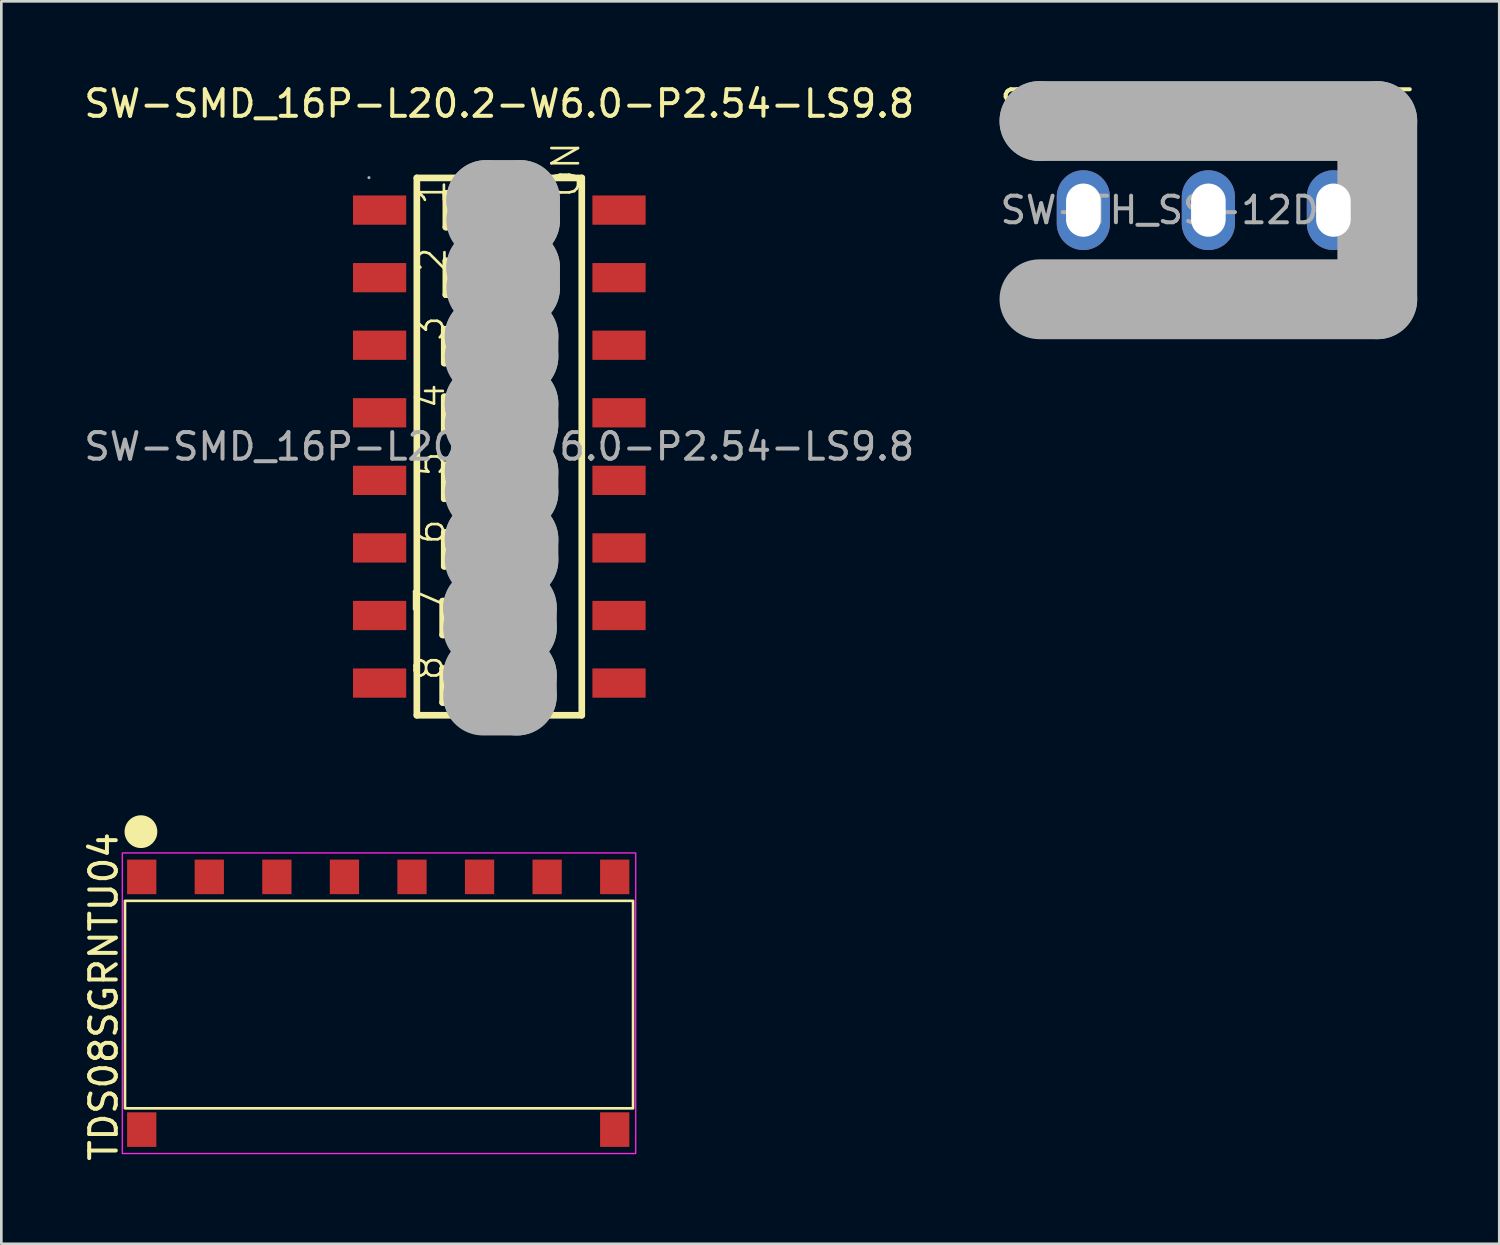
<source format=kicad_pcb>
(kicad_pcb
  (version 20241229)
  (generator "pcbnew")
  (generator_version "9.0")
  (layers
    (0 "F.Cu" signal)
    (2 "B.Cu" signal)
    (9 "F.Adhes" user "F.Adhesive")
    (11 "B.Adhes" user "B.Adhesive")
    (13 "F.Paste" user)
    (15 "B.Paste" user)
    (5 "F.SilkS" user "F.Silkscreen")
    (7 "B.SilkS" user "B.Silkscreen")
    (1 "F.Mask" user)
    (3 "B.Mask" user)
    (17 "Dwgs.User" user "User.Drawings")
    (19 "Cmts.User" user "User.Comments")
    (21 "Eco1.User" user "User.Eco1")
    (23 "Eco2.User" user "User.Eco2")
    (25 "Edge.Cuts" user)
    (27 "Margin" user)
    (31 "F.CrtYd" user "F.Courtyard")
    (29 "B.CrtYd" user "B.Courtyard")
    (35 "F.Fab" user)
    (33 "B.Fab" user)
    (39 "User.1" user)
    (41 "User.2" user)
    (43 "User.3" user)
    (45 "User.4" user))
  (footprint "SW-TH_SS-12D10L5"
    (layer "F.Cu")
    (at 42.375 4.85)
    (property "Reference" "SW-TH_SS-12D10L5" (at 0 -4 0) (layer "F.SilkS") (effects (font (size 1 1) (thickness 0.15))))
    (attr through_hole)
    (fp_line (start -6.35 -3.35) (end -6.35 -3.35) (stroke (width 3) (type solid)) (layer "F.Fab"))
    (fp_line (start -6.35 -3.35) (end 6.35 -3.35) (stroke (width 3) (type solid)) (layer "F.Fab"))
    (fp_line (start 6.35 -3.35) (end 6.35 3.35) (stroke (width 3) (type solid)) (layer "F.Fab"))
    (fp_line (start 6.35 3.35) (end -6.35 3.35) (stroke (width 3) (type solid)) (layer "F.Fab"))
    (fp_circle (center -6.48 3.48) (end -6.45 3.48) (stroke (width 0.06) (type solid)) (fill no) (layer "F.Fab"))
    (fp_text user "${REFERENCE}" (at 0 0 0) (layer "F.Fab") (effects (font (size 1 1) (thickness 0.15))))
    (pad "1" thru_hole oval (at -4.7 0) (size 2 3) (drill oval 1.3 2) (layers "*.Cu" "*.Mask"))
    (pad "2" thru_hole oval (at 0 0) (size 2 3) (drill oval 1.3 2) (layers "*.Cu" "*.Mask"))
    (pad "3" thru_hole oval (at 4.7 0) (size 2 3) (drill oval 1.3 2) (layers "*.Cu" "*.Mask")))
  (footprint "SW-SMD_16P-L20.2-W6.0-P2.54-LS9.8"
    (layer "F.Cu")
    (at 15.72 13.738)
    (property "Reference" "SW-SMD_16P-L20.2-W6.0-P2.54-LS9.8" (at 0 -12.89 0) (layer "F.SilkS") (effects (font (size 1 1) (thickness 0.15))))
    (attr smd)
    (fp_line (start -3.1 -10.1) (end 3.1 -10.1) (stroke (width 0.25) (type solid)) (layer "F.SilkS"))
    (fp_line (start -3.1 10.1) (end -3.1 -10.1) (stroke (width 0.25) (type solid)) (layer "F.SilkS"))
    (fp_line (start -2.13 5.81) (end 1.93 5.81) (stroke (width 0.25) (type solid)) (layer "F.SilkS"))
    (fp_line (start -2.13 7.08) (end -2.13 5.81) (stroke (width 0.25) (type solid)) (layer "F.SilkS"))
    (fp_line (start -2.13 8.35) (end 1.93 8.35) (stroke (width 0.25) (type solid)) (layer "F.SilkS"))
    (fp_line (start -2.13 9.62) (end -2.13 8.35) (stroke (width 0.25) (type solid)) (layer "F.SilkS"))
    (fp_line (start -2.07 -4.41) (end 1.99 -4.41) (stroke (width 0.25) (type solid)) (layer "F.SilkS"))
    (fp_line (start -2.07 -3.14) (end -2.07 -4.41) (stroke (width 0.25) (type solid)) (layer "F.SilkS"))
    (fp_line (start -2.07 -1.87) (end 1.99 -1.87) (stroke (width 0.25) (type solid)) (layer "F.SilkS"))
    (fp_line (start -2.07 -0.6) (end -2.07 -1.87) (stroke (width 0.25) (type solid)) (layer "F.SilkS"))
    (fp_line (start -2.07 0.69) (end 1.99 0.69) (stroke (width 0.25) (type solid)) (layer "F.SilkS"))
    (fp_line (start -2.07 1.96) (end -2.07 0.69) (stroke (width 0.25) (type solid)) (layer "F.SilkS"))
    (fp_line (start -2.07 3.23) (end 1.99 3.23) (stroke (width 0.25) (type solid)) (layer "F.SilkS"))
    (fp_line (start -2.07 4.5) (end -2.07 3.23) (stroke (width 0.25) (type solid)) (layer "F.SilkS"))
    (fp_line (start -2.01 -9.52) (end 2.05 -9.52) (stroke (width 0.25) (type solid)) (layer "F.SilkS"))
    (fp_line (start -2.01 -8.25) (end -2.01 -9.52) (stroke (width 0.25) (type solid)) (layer "F.SilkS"))
    (fp_line (start -2.01 -6.98) (end 2.05 -6.98) (stroke (width 0.25) (type solid)) (layer "F.SilkS"))
    (fp_line (start -2.01 -5.71) (end -2.01 -6.98) (stroke (width 0.25) (type solid)) (layer "F.SilkS"))
    (fp_line (start -1.69 5.81) (end -1.69 7.08) (stroke (width 0.25) (type solid)) (layer "F.SilkS"))
    (fp_line (start -1.69 8.35) (end -1.69 9.62) (stroke (width 0.25) (type solid)) (layer "F.SilkS"))
    (fp_line (start -1.63 -4.41) (end -1.63 -3.14) (stroke (width 0.25) (type solid)) (layer "F.SilkS"))
    (fp_line (start -1.63 -1.87) (end -1.63 -0.6) (stroke (width 0.25) (type solid)) (layer "F.SilkS"))
    (fp_line (start -1.63 0.69) (end -1.63 1.96) (stroke (width 0.25) (type solid)) (layer "F.SilkS"))
    (fp_line (start -1.63 3.23) (end -1.63 4.5) (stroke (width 0.25) (type solid)) (layer "F.SilkS"))
    (fp_line (start -1.57 -9.52) (end -1.57 -8.25) (stroke (width 0.25) (type solid)) (layer "F.SilkS"))
    (fp_line (start -1.57 -6.98) (end -1.57 -5.71) (stroke (width 0.25) (type solid)) (layer "F.SilkS"))
    (fp_line (start -1.31 5.81) (end -1.31 7.08) (stroke (width 0.25) (type solid)) (layer "F.SilkS"))
    (fp_line (start -1.31 8.35) (end -1.31 9.62) (stroke (width 0.25) (type solid)) (layer "F.SilkS"))
    (fp_line (start -1.25 -4.41) (end -1.25 -3.14) (stroke (width 0.25) (type solid)) (layer "F.SilkS"))
    (fp_line (start -1.25 -1.87) (end -1.25 -0.6) (stroke (width 0.25) (type solid)) (layer "F.SilkS"))
    (fp_line (start -1.25 0.69) (end -1.25 1.96) (stroke (width 0.25) (type solid)) (layer "F.SilkS"))
    (fp_line (start -1.25 3.23) (end -1.25 4.5) (stroke (width 0.25) (type solid)) (layer "F.SilkS"))
    (fp_line (start -1.19 -9.52) (end -1.19 -8.25) (stroke (width 0.25) (type solid)) (layer "F.SilkS"))
    (fp_line (start -1.19 -6.98) (end -1.19 -5.71) (stroke (width 0.25) (type solid)) (layer "F.SilkS"))
    (fp_line (start 1.17 5.81) (end 1.17 7.08) (stroke (width 0.25) (type solid)) (layer "F.SilkS"))
    (fp_line (start 1.17 8.35) (end 1.17 9.62) (stroke (width 0.25) (type solid)) (layer "F.SilkS"))
    (fp_line (start 1.23 -4.41) (end 1.23 -3.14) (stroke (width 0.25) (type solid)) (layer "F.SilkS"))
    (fp_line (start 1.23 -1.87) (end 1.23 -0.6) (stroke (width 0.25) (type solid)) (layer "F.SilkS"))
    (fp_line (start 1.23 0.69) (end 1.23 1.96) (stroke (width 0.25) (type solid)) (layer "F.SilkS"))
    (fp_line (start 1.23 3.23) (end 1.23 4.5) (stroke (width 0.25) (type solid)) (layer "F.SilkS"))
    (fp_line (start 1.29 -9.52) (end 1.29 -8.25) (stroke (width 0.25) (type solid)) (layer "F.SilkS"))
    (fp_line (start 1.29 -6.98) (end 1.29 -5.71) (stroke (width 0.25) (type solid)) (layer "F.SilkS"))
    (fp_line (start 1.55 5.81) (end 1.55 7.08) (stroke (width 0.25) (type solid)) (layer "F.SilkS"))
    (fp_line (start 1.55 8.35) (end 1.55 9.62) (stroke (width 0.25) (type solid)) (layer "F.SilkS"))
    (fp_line (start 1.61 -4.41) (end 1.61 -3.14) (stroke (width 0.25) (type solid)) (layer "F.SilkS"))
    (fp_line (start 1.61 -1.87) (end 1.61 -0.6) (stroke (width 0.25) (type solid)) (layer "F.SilkS"))
    (fp_line (start 1.61 0.69) (end 1.61 1.96) (stroke (width 0.25) (type solid)) (layer "F.SilkS"))
    (fp_line (start 1.61 3.23) (end 1.61 4.5) (stroke (width 0.25) (type solid)) (layer "F.SilkS"))
    (fp_line (start 1.67 -9.52) (end 1.67 -8.25) (stroke (width 0.25) (type solid)) (layer "F.SilkS"))
    (fp_line (start 1.67 -6.98) (end 1.67 -5.71) (stroke (width 0.25) (type solid)) (layer "F.SilkS"))
    (fp_line (start 1.93 5.81) (end 1.93 7.08) (stroke (width 0.25) (type solid)) (layer "F.SilkS"))
    (fp_line (start 1.93 7.08) (end -2.13 7.08) (stroke (width 0.25) (type solid)) (layer "F.SilkS"))
    (fp_line (start 1.93 8.35) (end 1.93 9.62) (stroke (width 0.25) (type solid)) (layer "F.SilkS"))
    (fp_line (start 1.93 9.62) (end -2.13 9.62) (stroke (width 0.25) (type solid)) (layer "F.SilkS"))
    (fp_line (start 1.99 -4.41) (end 1.99 -3.14) (stroke (width 0.25) (type solid)) (layer "F.SilkS"))
    (fp_line (start 1.99 -3.14) (end -2.07 -3.14) (stroke (width 0.25) (type solid)) (layer "F.SilkS"))
    (fp_line (start 1.99 -1.87) (end 1.99 -0.6) (stroke (width 0.25) (type solid)) (layer "F.SilkS"))
    (fp_line (start 1.99 -0.6) (end -2.07 -0.6) (stroke (width 0.25) (type solid)) (layer "F.SilkS"))
    (fp_line (start 1.99 0.69) (end 1.99 1.96) (stroke (width 0.25) (type solid)) (layer "F.SilkS"))
    (fp_line (start 1.99 1.96) (end -2.07 1.96) (stroke (width 0.25) (type solid)) (layer "F.SilkS"))
    (fp_line (start 1.99 3.23) (end 1.99 4.5) (stroke (width 0.25) (type solid)) (layer "F.SilkS"))
    (fp_line (start 1.99 4.5) (end -2.07 4.5) (stroke (width 0.25) (type solid)) (layer "F.SilkS"))
    (fp_line (start 2.05 -9.52) (end 2.05 -8.25) (stroke (width 0.25) (type solid)) (layer "F.SilkS"))
    (fp_line (start 2.05 -8.25) (end -2.01 -8.25) (stroke (width 0.25) (type solid)) (layer "F.SilkS"))
    (fp_line (start 2.05 -6.98) (end 2.05 -5.71) (stroke (width 0.25) (type solid)) (layer "F.SilkS"))
    (fp_line (start 2.05 -5.71) (end -2.01 -5.71) (stroke (width 0.25) (type solid)) (layer "F.SilkS"))
    (fp_line (start 3.1 -10.1) (end 3.1 10.1) (stroke (width 0.25) (type solid)) (layer "F.SilkS"))
    (fp_line (start 3.1 10.1) (end -3.1 10.1) (stroke (width 0.25) (type solid)) (layer "F.SilkS"))
    (fp_line (start -0.61 6.06) (end -0.61 6.06) (stroke (width 3) (type solid)) (layer "F.Fab"))
    (fp_line (start -0.61 6.06) (end 0.66 6.06) (stroke (width 3) (type solid)) (layer "F.Fab"))
    (fp_line (start -0.61 8.6) (end -0.61 8.6) (stroke (width 3) (type solid)) (layer "F.Fab"))
    (fp_line (start -0.61 8.6) (end 0.66 8.6) (stroke (width 3) (type solid)) (layer "F.Fab"))
    (fp_line (start -0.55 -4.15) (end -0.55 -4.15) (stroke (width 3) (type solid)) (layer "F.Fab"))
    (fp_line (start -0.55 -4.15) (end 0.72 -4.15) (stroke (width 3) (type solid)) (layer "F.Fab"))
    (fp_line (start -0.55 -1.61) (end -0.55 -1.61) (stroke (width 3) (type solid)) (layer "F.Fab"))
    (fp_line (start -0.55 -1.61) (end 0.72 -1.61) (stroke (width 3) (type solid)) (layer "F.Fab"))
    (fp_line (start -0.55 0.95) (end -0.55 0.95) (stroke (width 3) (type solid)) (layer "F.Fab"))
    (fp_line (start -0.55 0.95) (end 0.72 0.95) (stroke (width 3) (type solid)) (layer "F.Fab"))
    (fp_line (start -0.55 3.49) (end -0.55 3.49) (stroke (width 3) (type solid)) (layer "F.Fab"))
    (fp_line (start -0.55 3.49) (end 0.72 3.49) (stroke (width 3) (type solid)) (layer "F.Fab"))
    (fp_line (start -0.49 -9.27) (end -0.49 -9.27) (stroke (width 3) (type solid)) (layer "F.Fab"))
    (fp_line (start -0.49 -9.27) (end 0.78 -9.27) (stroke (width 3) (type solid)) (layer "F.Fab"))
    (fp_line (start -0.49 -6.73) (end -0.49 -6.73) (stroke (width 3) (type solid)) (layer "F.Fab"))
    (fp_line (start -0.49 -6.73) (end 0.78 -6.73) (stroke (width 3) (type solid)) (layer "F.Fab"))
    (fp_line (start 0.66 6.06) (end 0.66 6.82) (stroke (width 3) (type solid)) (layer "F.Fab"))
    (fp_line (start 0.66 6.82) (end -0.61 6.82) (stroke (width 3) (type solid)) (layer "F.Fab"))
    (fp_line (start 0.66 8.6) (end 0.66 9.36) (stroke (width 3) (type solid)) (layer "F.Fab"))
    (fp_line (start 0.66 9.36) (end -0.61 9.36) (stroke (width 3) (type solid)) (layer "F.Fab"))
    (fp_line (start 0.72 -4.15) (end 0.72 -3.39) (stroke (width 3) (type solid)) (layer "F.Fab"))
    (fp_line (start 0.72 -3.39) (end -0.55 -3.39) (stroke (width 3) (type solid)) (layer "F.Fab"))
    (fp_line (start 0.72 -1.61) (end 0.72 -0.85) (stroke (width 3) (type solid)) (layer "F.Fab"))
    (fp_line (start 0.72 -0.85) (end -0.55 -0.85) (stroke (width 3) (type solid)) (layer "F.Fab"))
    (fp_line (start 0.72 0.95) (end 0.72 1.71) (stroke (width 3) (type solid)) (layer "F.Fab"))
    (fp_line (start 0.72 1.71) (end -0.55 1.71) (stroke (width 3) (type solid)) (layer "F.Fab"))
    (fp_line (start 0.72 3.49) (end 0.72 4.25) (stroke (width 3) (type solid)) (layer "F.Fab"))
    (fp_line (start 0.72 4.25) (end -0.55 4.25) (stroke (width 3) (type solid)) (layer "F.Fab"))
    (fp_line (start 0.78 -9.27) (end 0.78 -8.51) (stroke (width 3) (type solid)) (layer "F.Fab"))
    (fp_line (start 0.78 -8.51) (end -0.49 -8.51) (stroke (width 3) (type solid)) (layer "F.Fab"))
    (fp_line (start 0.78 -6.73) (end 0.78 -5.97) (stroke (width 3) (type solid)) (layer "F.Fab"))
    (fp_line (start 0.78 -5.97) (end -0.49 -5.97) (stroke (width 3) (type solid)) (layer "F.Fab"))
    (fp_circle (center -4.9 -10.11) (end -4.87 -10.11) (stroke (width 0.06) (type solid)) (fill no) (layer "F.Fab"))
    (fp_text user "6" (at -2.58 3.74 270) (layer "F.SilkS") (effects (font (size 1 1) (thickness 0.1)) (justify left)))
    (fp_text user "8" (at -2.64 8.86 270) (layer "F.SilkS") (effects (font (size 1 1) (thickness 0.1)) (justify left)))
    (fp_text user "2" (at -2.52 -6.48 270) (layer "F.SilkS") (effects (font (size 1 1) (thickness 0.1)) (justify left)))
    (fp_text user "7" (at -2.66 6.32 270) (layer "F.SilkS") (effects (font (size 1 1) (thickness 0.1)) (justify left)))
    (fp_text user "1" (at -2.54 -9.02 270) (layer "F.SilkS") (effects (font (size 1 1) (thickness 0.1)) (justify left)))
    (fp_text user "4" (at -2.58 -1.36 270) (layer "F.SilkS") (effects (font (size 1 1) (thickness 0.1)) (justify left)))
    (fp_text user "5" (at -2.6 1.2 270) (layer "F.SilkS") (effects (font (size 1 1) (thickness 0.1)) (justify left)))
    (fp_text user "3" (at -2.6 -3.9 270) (layer "F.SilkS") (effects (font (size 1 1) (thickness 0.1)) (justify left)))
    (fp_text user "ON" (at 2.5 -9.3 270) (layer "F.SilkS") (effects (font (size 1 1) (thickness 0.1)) (justify left)))
    (fp_text user "${REFERENCE}" (at 0 0 0) (layer "F.Fab") (effects (font (size 1 1) (thickness 0.15))))
    (pad "1" smd rect (at -4.5 -8.89 270) (size 1.1 2) (layers "F.Cu" "F.Mask" "F.Paste"))
    (pad "2" smd rect (at -4.5 -6.35 270) (size 1.1 2) (layers "F.Cu" "F.Mask" "F.Paste"))
    (pad "3" smd rect (at -4.5 -3.81 270) (size 1.1 2) (layers "F.Cu" "F.Mask" "F.Paste"))
    (pad "4" smd rect (at -4.5 -1.27 270) (size 1.1 2) (layers "F.Cu" "F.Mask" "F.Paste"))
    (pad "5" smd rect (at -4.5 1.27 270) (size 1.1 2) (layers "F.Cu" "F.Mask" "F.Paste"))
    (pad "6" smd rect (at -4.5 3.81 270) (size 1.1 2) (layers "F.Cu" "F.Mask" "F.Paste"))
    (pad "7" smd rect (at -4.5 6.35 270) (size 1.1 2) (layers "F.Cu" "F.Mask" "F.Paste"))
    (pad "8" smd rect (at -4.5 8.89 270) (size 1.1 2) (layers "F.Cu" "F.Mask" "F.Paste"))
    (pad "9" smd rect (at 4.5 8.89 270) (size 1.1 2) (layers "F.Cu" "F.Mask" "F.Paste"))
    (pad "10" smd rect (at 4.5 6.35 270) (size 1.1 2) (layers "F.Cu" "F.Mask" "F.Paste"))
    (pad "11" smd rect (at 4.5 3.81 270) (size 1.1 2) (layers "F.Cu" "F.Mask" "F.Paste"))
    (pad "12" smd rect (at 4.5 1.27 270) (size 1.1 2) (layers "F.Cu" "F.Mask" "F.Paste"))
    (pad "13" smd rect (at 4.5 -1.27 270) (size 1.1 2) (layers "F.Cu" "F.Mask" "F.Paste"))
    (pad "14" smd rect (at 4.5 -3.81 270) (size 1.1 2) (layers "F.Cu" "F.Mask" "F.Paste"))
    (pad "15" smd rect (at 4.5 -6.35 270) (size 1.1 2) (layers "F.Cu" "F.Mask" "F.Paste"))
    (pad "16" smd rect (at 4.5 -8.89 270) (size 1.1 2) (layers "F.Cu" "F.Mask" "F.Paste")))
  (footprint "TDS08SGRNTU04"
    (layer "F.Cu")
    (at 16.248 34.914)
    (property "Reference" "TDS08SGRNTU04" (at -15.4 -0.5 90) (layer "F.SilkS") (effects (font (size 1 1) (thickness 0.15))))
    (attr smd)
    (fp_rect (start -14.6 -4.1) (end 4.5 3.7) (stroke (width 0.1) (type default)) (fill no) (layer "F.SilkS"))
    (fp_circle (center -14 -6.7) (end -13.6 -6.3) (stroke (width 0.1) (type solid)) (fill yes) (layer "F.SilkS"))
    (fp_rect (start -14.7 -5.9) (end 4.6 5.4) (stroke (width 0.05) (type default)) (fill no) (layer "F.CrtYd"))
    (pad "1" smd rect (at -13.97 -5) (size 1.1 1.3) (layers "F.Cu" "F.Mask" "F.Paste"))
    (pad "2" smd rect (at -11.43 -5) (size 1.1 1.3) (layers "F.Cu" "F.Mask" "F.Paste"))
    (pad "3" smd rect (at -8.89 -5) (size 1.1 1.3) (layers "F.Cu" "F.Mask" "F.Paste"))
    (pad "4" smd rect (at -6.35 -5) (size 1.1 1.3) (layers "F.Cu" "F.Mask" "F.Paste"))
    (pad "5" smd rect (at -3.81 -5) (size 1.1 1.3) (layers "F.Cu" "F.Mask" "F.Paste"))
    (pad "6" smd rect (at -1.27 -5) (size 1.1 1.3) (layers "F.Cu" "F.Mask" "F.Paste"))
    (pad "7" smd rect (at 1.27 -5) (size 1.1 1.3) (layers "F.Cu" "F.Mask" "F.Paste"))
    (pad "8" smd rect (at 3.81 -5) (size 1.1 1.3) (layers "F.Cu" "F.Mask" "F.Paste"))
    (pad "9" smd rect (at 3.81 4.5) (size 1.1 1.3) (layers "F.Cu" "F.Mask" "F.Paste"))
    (pad "10" smd rect (at -13.97 4.5) (size 1.1 1.3) (layers "F.Cu" "F.Mask" "F.Paste")))
  (gr_rect
    (start -3 -3)
    (end 53.31 43.706)
    (stroke (width 0.1) (type default))
    (fill no)
    (layer "Edge.Cuts")))
</source>
